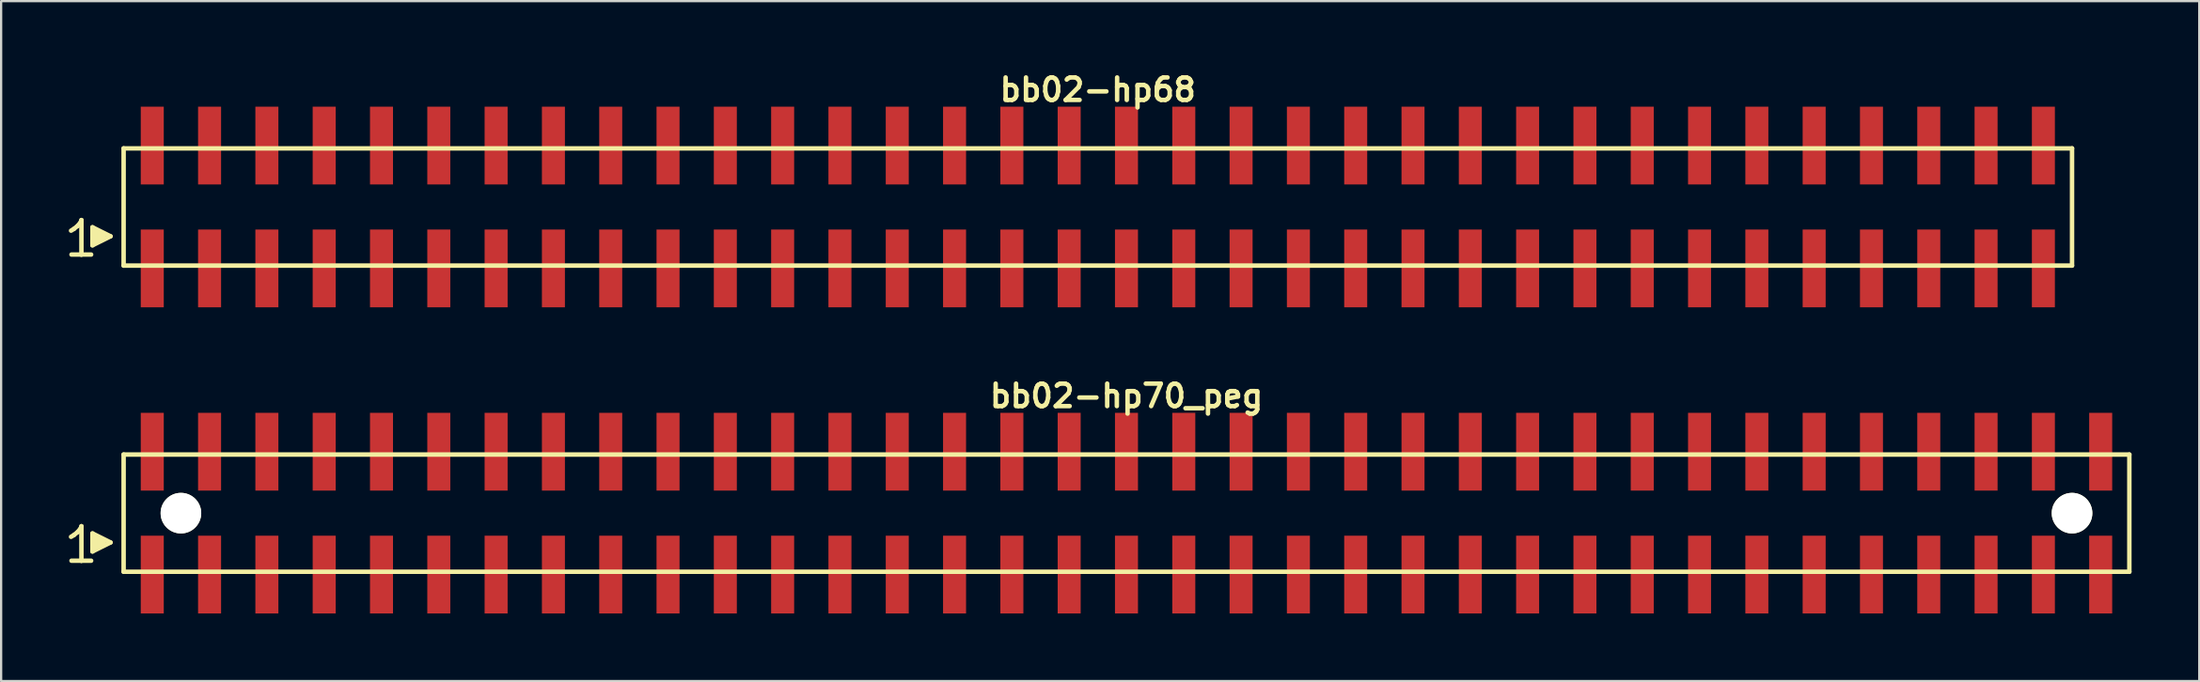
<source format=kicad_pcb>
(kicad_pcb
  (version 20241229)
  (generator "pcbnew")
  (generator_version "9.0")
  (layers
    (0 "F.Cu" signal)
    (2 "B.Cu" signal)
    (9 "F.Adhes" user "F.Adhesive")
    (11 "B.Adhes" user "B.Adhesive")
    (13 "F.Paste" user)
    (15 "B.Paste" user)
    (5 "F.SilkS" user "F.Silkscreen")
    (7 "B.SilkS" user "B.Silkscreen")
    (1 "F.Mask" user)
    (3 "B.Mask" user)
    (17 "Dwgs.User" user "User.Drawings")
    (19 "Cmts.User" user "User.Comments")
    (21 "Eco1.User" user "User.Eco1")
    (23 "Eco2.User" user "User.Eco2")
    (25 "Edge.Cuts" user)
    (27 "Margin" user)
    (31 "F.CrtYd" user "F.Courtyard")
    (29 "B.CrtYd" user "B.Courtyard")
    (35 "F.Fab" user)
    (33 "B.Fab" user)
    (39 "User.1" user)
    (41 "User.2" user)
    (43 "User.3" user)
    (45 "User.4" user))
  (footprint "bb02-hp68"
    (layer "F.Cu")
    (at 45.609 6.132)
    (property "Reference" "bb02-hp68" (at 0 -5.2 0) (layer "F.SilkS") (effects (font (size 0.998 0.998) (thickness 0.198))))
    (attr through_hole)
    (fp_line (start -45.51 1.05) (end -45.38 0.97) (stroke (width 0.198) (type solid)) (layer "F.SilkS"))
    (fp_line (start -45.38 0.97) (end -45.22 0.84) (stroke (width 0.198) (type solid)) (layer "F.SilkS"))
    (fp_line (start -45.22 0.84) (end -45.08 0.67) (stroke (width 0.198) (type solid)) (layer "F.SilkS"))
    (fp_line (start -45.08 0.67) (end -45.05 0.58) (stroke (width 0.198) (type solid)) (layer "F.SilkS"))
    (fp_line (start -45.05 0.58) (end -45.05 2.11) (stroke (width 0.198) (type solid)) (layer "F.SilkS"))
    (fp_line (start -45.05 2.11) (end -45.49 2.11) (stroke (width 0.198) (type solid)) (layer "F.SilkS"))
    (fp_line (start -44.62 2.11) (end -45.06 2.11) (stroke (width 0.198) (type solid)) (layer "F.SilkS"))
    (fp_line (start -44.56 0.9) (end -43.76 1.3) (stroke (width 0.198) (type solid)) (layer "F.SilkS"))
    (fp_line (start -44.56 1.7) (end -44.56 0.9) (stroke (width 0.198) (type solid)) (layer "F.SilkS"))
    (fp_line (start -44.46 1.6) (end -44.46 1) (stroke (width 0.198) (type solid)) (layer "F.SilkS"))
    (fp_line (start -44.36 1.1) (end -44.36 1.5) (stroke (width 0.198) (type solid)) (layer "F.SilkS"))
    (fp_line (start -44.26 1.5) (end -44.26 1.1) (stroke (width 0.198) (type solid)) (layer "F.SilkS"))
    (fp_line (start -44.16 1.2) (end -44.16 1.4) (stroke (width 0.198) (type solid)) (layer "F.SilkS"))
    (fp_line (start -44.06 1.4) (end -44.06 1.2) (stroke (width 0.198) (type solid)) (layer "F.SilkS"))
    (fp_line (start -43.76 1.3) (end -44.56 1.7) (stroke (width 0.198) (type solid)) (layer "F.SilkS"))
    (fp_line (start -43.18 -2.6) (end -43.18 2.6) (stroke (width 0.198) (type solid)) (layer "F.SilkS"))
    (fp_line (start -43.18 -2.6) (end 43.18 -2.6) (stroke (width 0.198) (type solid)) (layer "F.SilkS"))
    (fp_line (start 43.18 2.6) (end -43.18 2.6) (stroke (width 0.198) (type solid)) (layer "F.SilkS"))
    (fp_line (start 43.18 2.6) (end 43.18 -2.6) (stroke (width 0.198) (type solid)) (layer "F.SilkS"))
    (pad "1" smd rect (at -41.91 2.725) (size 1.02 3.45) (layers "F.Cu" "F.Mask" "F.Paste"))
    (pad "2" smd rect (at -41.91 -2.725) (size 1.02 3.45) (layers "F.Cu" "F.Mask" "F.Paste"))
    (pad "3" smd rect (at -39.37 2.725) (size 1.02 3.45) (layers "F.Cu" "F.Mask" "F.Paste"))
    (pad "4" smd rect (at -39.37 -2.725) (size 1.02 3.45) (layers "F.Cu" "F.Mask" "F.Paste"))
    (pad "5" smd rect (at -36.83 2.725) (size 1.02 3.45) (layers "F.Cu" "F.Mask" "F.Paste"))
    (pad "6" smd rect (at -36.83 -2.725) (size 1.02 3.45) (layers "F.Cu" "F.Mask" "F.Paste"))
    (pad "7" smd rect (at -34.29 2.725) (size 1.02 3.45) (layers "F.Cu" "F.Mask" "F.Paste"))
    (pad "8" smd rect (at -34.29 -2.725) (size 1.02 3.45) (layers "F.Cu" "F.Mask" "F.Paste"))
    (pad "9" smd rect (at -31.75 2.725) (size 1.02 3.45) (layers "F.Cu" "F.Mask" "F.Paste"))
    (pad "10" smd rect (at -31.75 -2.725) (size 1.02 3.45) (layers "F.Cu" "F.Mask" "F.Paste"))
    (pad "11" smd rect (at -29.21 2.725) (size 1.02 3.45) (layers "F.Cu" "F.Mask" "F.Paste"))
    (pad "12" smd rect (at -29.21 -2.725) (size 1.02 3.45) (layers "F.Cu" "F.Mask" "F.Paste"))
    (pad "13" smd rect (at -26.67 2.725) (size 1.02 3.45) (layers "F.Cu" "F.Mask" "F.Paste"))
    (pad "14" smd rect (at -26.67 -2.725) (size 1.02 3.45) (layers "F.Cu" "F.Mask" "F.Paste"))
    (pad "15" smd rect (at -24.13 2.725) (size 1.02 3.45) (layers "F.Cu" "F.Mask" "F.Paste"))
    (pad "16" smd rect (at -24.13 -2.725) (size 1.02 3.45) (layers "F.Cu" "F.Mask" "F.Paste"))
    (pad "17" smd rect (at -21.59 2.725) (size 1.02 3.45) (layers "F.Cu" "F.Mask" "F.Paste"))
    (pad "18" smd rect (at -21.59 -2.725) (size 1.02 3.45) (layers "F.Cu" "F.Mask" "F.Paste"))
    (pad "19" smd rect (at -19.05 2.725) (size 1.02 3.45) (layers "F.Cu" "F.Mask" "F.Paste"))
    (pad "20" smd rect (at -19.05 -2.725) (size 1.02 3.45) (layers "F.Cu" "F.Mask" "F.Paste"))
    (pad "21" smd rect (at -16.51 2.725) (size 1.02 3.45) (layers "F.Cu" "F.Mask" "F.Paste"))
    (pad "22" smd rect (at -16.51 -2.725) (size 1.02 3.45) (layers "F.Cu" "F.Mask" "F.Paste"))
    (pad "23" smd rect (at -13.97 2.725) (size 1.02 3.45) (layers "F.Cu" "F.Mask" "F.Paste"))
    (pad "24" smd rect (at -13.97 -2.725) (size 1.02 3.45) (layers "F.Cu" "F.Mask" "F.Paste"))
    (pad "25" smd rect (at -11.43 2.725) (size 1.02 3.45) (layers "F.Cu" "F.Mask" "F.Paste"))
    (pad "26" smd rect (at -11.43 -2.725) (size 1.02 3.45) (layers "F.Cu" "F.Mask" "F.Paste"))
    (pad "27" smd rect (at -8.89 2.725) (size 1.02 3.45) (layers "F.Cu" "F.Mask" "F.Paste"))
    (pad "28" smd rect (at -8.89 -2.725) (size 1.02 3.45) (layers "F.Cu" "F.Mask" "F.Paste"))
    (pad "29" smd rect (at -6.35 2.725) (size 1.02 3.45) (layers "F.Cu" "F.Mask" "F.Paste"))
    (pad "30" smd rect (at -6.35 -2.725) (size 1.02 3.45) (layers "F.Cu" "F.Mask" "F.Paste"))
    (pad "31" smd rect (at -3.81 2.725) (size 1.02 3.45) (layers "F.Cu" "F.Mask" "F.Paste"))
    (pad "32" smd rect (at -3.81 -2.725) (size 1.02 3.45) (layers "F.Cu" "F.Mask" "F.Paste"))
    (pad "33" smd rect (at -1.27 2.725) (size 1.02 3.45) (layers "F.Cu" "F.Mask" "F.Paste"))
    (pad "34" smd rect (at -1.27 -2.725) (size 1.02 3.45) (layers "F.Cu" "F.Mask" "F.Paste"))
    (pad "35" smd rect (at 1.27 2.725) (size 1.02 3.45) (layers "F.Cu" "F.Mask" "F.Paste"))
    (pad "36" smd rect (at 1.27 -2.725) (size 1.02 3.45) (layers "F.Cu" "F.Mask" "F.Paste"))
    (pad "37" smd rect (at 3.81 2.725) (size 1.02 3.45) (layers "F.Cu" "F.Mask" "F.Paste"))
    (pad "38" smd rect (at 3.81 -2.725) (size 1.02 3.45) (layers "F.Cu" "F.Mask" "F.Paste"))
    (pad "39" smd rect (at 6.35 2.725) (size 1.02 3.45) (layers "F.Cu" "F.Mask" "F.Paste"))
    (pad "40" smd rect (at 6.35 -2.725) (size 1.02 3.45) (layers "F.Cu" "F.Mask" "F.Paste"))
    (pad "41" smd rect (at 8.89 2.725) (size 1.02 3.45) (layers "F.Cu" "F.Mask" "F.Paste"))
    (pad "42" smd rect (at 8.89 -2.725) (size 1.02 3.45) (layers "F.Cu" "F.Mask" "F.Paste"))
    (pad "43" smd rect (at 11.43 2.725) (size 1.02 3.45) (layers "F.Cu" "F.Mask" "F.Paste"))
    (pad "44" smd rect (at 11.43 -2.725) (size 1.02 3.45) (layers "F.Cu" "F.Mask" "F.Paste"))
    (pad "45" smd rect (at 13.97 2.725) (size 1.02 3.45) (layers "F.Cu" "F.Mask" "F.Paste"))
    (pad "46" smd rect (at 13.97 -2.725) (size 1.02 3.45) (layers "F.Cu" "F.Mask" "F.Paste"))
    (pad "47" smd rect (at 16.51 2.725) (size 1.02 3.45) (layers "F.Cu" "F.Mask" "F.Paste"))
    (pad "48" smd rect (at 16.51 -2.725) (size 1.02 3.45) (layers "F.Cu" "F.Mask" "F.Paste"))
    (pad "49" smd rect (at 19.05 2.725) (size 1.02 3.45) (layers "F.Cu" "F.Mask" "F.Paste"))
    (pad "50" smd rect (at 19.05 -2.725) (size 1.02 3.45) (layers "F.Cu" "F.Mask" "F.Paste"))
    (pad "51" smd rect (at 21.59 2.725) (size 1.02 3.45) (layers "F.Cu" "F.Mask" "F.Paste"))
    (pad "52" smd rect (at 21.59 -2.725) (size 1.02 3.45) (layers "F.Cu" "F.Mask" "F.Paste"))
    (pad "53" smd rect (at 24.13 2.725) (size 1.02 3.45) (layers "F.Cu" "F.Mask" "F.Paste"))
    (pad "54" smd rect (at 24.13 -2.725) (size 1.02 3.45) (layers "F.Cu" "F.Mask" "F.Paste"))
    (pad "55" smd rect (at 26.67 2.725) (size 1.02 3.45) (layers "F.Cu" "F.Mask" "F.Paste"))
    (pad "56" smd rect (at 26.67 -2.725) (size 1.02 3.45) (layers "F.Cu" "F.Mask" "F.Paste"))
    (pad "57" smd rect (at 29.21 2.725) (size 1.02 3.45) (layers "F.Cu" "F.Mask" "F.Paste"))
    (pad "58" smd rect (at 29.21 -2.725) (size 1.02 3.45) (layers "F.Cu" "F.Mask" "F.Paste"))
    (pad "59" smd rect (at 31.75 2.725) (size 1.02 3.45) (layers "F.Cu" "F.Mask" "F.Paste"))
    (pad "60" smd rect (at 31.75 -2.725) (size 1.02 3.45) (layers "F.Cu" "F.Mask" "F.Paste"))
    (pad "61" smd rect (at 34.29 2.725) (size 1.02 3.45) (layers "F.Cu" "F.Mask" "F.Paste"))
    (pad "62" smd rect (at 34.29 -2.725) (size 1.02 3.45) (layers "F.Cu" "F.Mask" "F.Paste"))
    (pad "63" smd rect (at 36.83 2.725) (size 1.02 3.45) (layers "F.Cu" "F.Mask" "F.Paste"))
    (pad "64" smd rect (at 36.83 -2.725) (size 1.02 3.45) (layers "F.Cu" "F.Mask" "F.Paste"))
    (pad "65" smd rect (at 39.37 2.725) (size 1.02 3.45) (layers "F.Cu" "F.Mask" "F.Paste"))
    (pad "66" smd rect (at 39.37 -2.725) (size 1.02 3.45) (layers "F.Cu" "F.Mask" "F.Paste"))
    (pad "67" smd rect (at 41.91 2.725) (size 1.02 3.45) (layers "F.Cu" "F.Mask" "F.Paste"))
    (pad "68" smd rect (at 41.91 -2.725) (size 1.02 3.45) (layers "F.Cu" "F.Mask" "F.Paste")))
  (footprint "bb02-hp70_peg"
    (layer "F.Cu")
    (at 46.879 19.713)
    (property "Reference" "bb02-hp70_peg" (at 0 -5.2 0) (layer "F.SilkS") (effects (font (size 0.998 0.998) (thickness 0.198))))
    (attr through_hole)
    (fp_line (start -46.78 1.05) (end -46.65 0.97) (stroke (width 0.198) (type solid)) (layer "F.SilkS"))
    (fp_line (start -46.65 0.97) (end -46.49 0.84) (stroke (width 0.198) (type solid)) (layer "F.SilkS"))
    (fp_line (start -46.49 0.84) (end -46.35 0.67) (stroke (width 0.198) (type solid)) (layer "F.SilkS"))
    (fp_line (start -46.35 0.67) (end -46.32 0.58) (stroke (width 0.198) (type solid)) (layer "F.SilkS"))
    (fp_line (start -46.32 0.58) (end -46.32 2.11) (stroke (width 0.198) (type solid)) (layer "F.SilkS"))
    (fp_line (start -46.32 2.11) (end -46.76 2.11) (stroke (width 0.198) (type solid)) (layer "F.SilkS"))
    (fp_line (start -45.89 2.11) (end -46.33 2.11) (stroke (width 0.198) (type solid)) (layer "F.SilkS"))
    (fp_line (start -45.83 0.9) (end -45.03 1.3) (stroke (width 0.198) (type solid)) (layer "F.SilkS"))
    (fp_line (start -45.83 1.7) (end -45.83 0.9) (stroke (width 0.198) (type solid)) (layer "F.SilkS"))
    (fp_line (start -45.73 1.6) (end -45.73 1) (stroke (width 0.198) (type solid)) (layer "F.SilkS"))
    (fp_line (start -45.63 1.1) (end -45.63 1.5) (stroke (width 0.198) (type solid)) (layer "F.SilkS"))
    (fp_line (start -45.53 1.5) (end -45.53 1.1) (stroke (width 0.198) (type solid)) (layer "F.SilkS"))
    (fp_line (start -45.43 1.2) (end -45.43 1.4) (stroke (width 0.198) (type solid)) (layer "F.SilkS"))
    (fp_line (start -45.33 1.4) (end -45.33 1.2) (stroke (width 0.198) (type solid)) (layer "F.SilkS"))
    (fp_line (start -45.03 1.3) (end -45.83 1.7) (stroke (width 0.198) (type solid)) (layer "F.SilkS"))
    (fp_line (start -44.45 -2.6) (end -44.45 2.6) (stroke (width 0.198) (type solid)) (layer "F.SilkS"))
    (fp_line (start -44.45 -2.6) (end 44.45 -2.6) (stroke (width 0.198) (type solid)) (layer "F.SilkS"))
    (fp_line (start 44.45 2.6) (end -44.45 2.6) (stroke (width 0.198) (type solid)) (layer "F.SilkS"))
    (fp_line (start 44.45 2.6) (end 44.45 -2.6) (stroke (width 0.198) (type solid)) (layer "F.SilkS"))
    (pad "" np_thru_hole circle (at -41.91 0) (size 1.8 1.8) (drill 1.8) (layers "*.Cu" "*.Mask" "F.SilkS"))
    (pad "" np_thru_hole circle (at 41.91 0) (size 1.8 1.8) (drill 1.8) (layers "*.Cu" "*.Mask" "F.SilkS"))
    (pad "1" smd rect (at -43.18 2.725) (size 1.02 3.45) (layers "F.Cu" "F.Mask" "F.Paste"))
    (pad "2" smd rect (at -43.18 -2.725) (size 1.02 3.45) (layers "F.Cu" "F.Mask" "F.Paste"))
    (pad "3" smd rect (at -40.64 2.725) (size 1.02 3.45) (layers "F.Cu" "F.Mask" "F.Paste"))
    (pad "4" smd rect (at -40.64 -2.725) (size 1.02 3.45) (layers "F.Cu" "F.Mask" "F.Paste"))
    (pad "5" smd rect (at -38.1 2.725) (size 1.02 3.45) (layers "F.Cu" "F.Mask" "F.Paste"))
    (pad "6" smd rect (at -38.1 -2.725) (size 1.02 3.45) (layers "F.Cu" "F.Mask" "F.Paste"))
    (pad "7" smd rect (at -35.56 2.725) (size 1.02 3.45) (layers "F.Cu" "F.Mask" "F.Paste"))
    (pad "8" smd rect (at -35.56 -2.725) (size 1.02 3.45) (layers "F.Cu" "F.Mask" "F.Paste"))
    (pad "9" smd rect (at -33.02 2.725) (size 1.02 3.45) (layers "F.Cu" "F.Mask" "F.Paste"))
    (pad "10" smd rect (at -33.02 -2.725) (size 1.02 3.45) (layers "F.Cu" "F.Mask" "F.Paste"))
    (pad "11" smd rect (at -30.48 2.725) (size 1.02 3.45) (layers "F.Cu" "F.Mask" "F.Paste"))
    (pad "12" smd rect (at -30.48 -2.725) (size 1.02 3.45) (layers "F.Cu" "F.Mask" "F.Paste"))
    (pad "13" smd rect (at -27.94 2.725) (size 1.02 3.45) (layers "F.Cu" "F.Mask" "F.Paste"))
    (pad "14" smd rect (at -27.94 -2.725) (size 1.02 3.45) (layers "F.Cu" "F.Mask" "F.Paste"))
    (pad "15" smd rect (at -25.4 2.725) (size 1.02 3.45) (layers "F.Cu" "F.Mask" "F.Paste"))
    (pad "16" smd rect (at -25.4 -2.725) (size 1.02 3.45) (layers "F.Cu" "F.Mask" "F.Paste"))
    (pad "17" smd rect (at -22.86 2.725) (size 1.02 3.45) (layers "F.Cu" "F.Mask" "F.Paste"))
    (pad "18" smd rect (at -22.86 -2.725) (size 1.02 3.45) (layers "F.Cu" "F.Mask" "F.Paste"))
    (pad "19" smd rect (at -20.32 2.725) (size 1.02 3.45) (layers "F.Cu" "F.Mask" "F.Paste"))
    (pad "20" smd rect (at -20.32 -2.725) (size 1.02 3.45) (layers "F.Cu" "F.Mask" "F.Paste"))
    (pad "21" smd rect (at -17.78 2.725) (size 1.02 3.45) (layers "F.Cu" "F.Mask" "F.Paste"))
    (pad "22" smd rect (at -17.78 -2.725) (size 1.02 3.45) (layers "F.Cu" "F.Mask" "F.Paste"))
    (pad "23" smd rect (at -15.24 2.725) (size 1.02 3.45) (layers "F.Cu" "F.Mask" "F.Paste"))
    (pad "24" smd rect (at -15.24 -2.725) (size 1.02 3.45) (layers "F.Cu" "F.Mask" "F.Paste"))
    (pad "25" smd rect (at -12.7 2.725) (size 1.02 3.45) (layers "F.Cu" "F.Mask" "F.Paste"))
    (pad "26" smd rect (at -12.7 -2.725) (size 1.02 3.45) (layers "F.Cu" "F.Mask" "F.Paste"))
    (pad "27" smd rect (at -10.16 2.725) (size 1.02 3.45) (layers "F.Cu" "F.Mask" "F.Paste"))
    (pad "28" smd rect (at -10.16 -2.725) (size 1.02 3.45) (layers "F.Cu" "F.Mask" "F.Paste"))
    (pad "29" smd rect (at -7.62 2.725) (size 1.02 3.45) (layers "F.Cu" "F.Mask" "F.Paste"))
    (pad "30" smd rect (at -7.62 -2.725) (size 1.02 3.45) (layers "F.Cu" "F.Mask" "F.Paste"))
    (pad "31" smd rect (at -5.08 2.725) (size 1.02 3.45) (layers "F.Cu" "F.Mask" "F.Paste"))
    (pad "32" smd rect (at -5.08 -2.725) (size 1.02 3.45) (layers "F.Cu" "F.Mask" "F.Paste"))
    (pad "33" smd rect (at -2.54 2.725) (size 1.02 3.45) (layers "F.Cu" "F.Mask" "F.Paste"))
    (pad "34" smd rect (at -2.54 -2.725) (size 1.02 3.45) (layers "F.Cu" "F.Mask" "F.Paste"))
    (pad "35" smd rect (at 0 2.725) (size 1.02 3.45) (layers "F.Cu" "F.Mask" "F.Paste"))
    (pad "36" smd rect (at 0 -2.725) (size 1.02 3.45) (layers "F.Cu" "F.Mask" "F.Paste"))
    (pad "37" smd rect (at 2.54 2.725) (size 1.02 3.45) (layers "F.Cu" "F.Mask" "F.Paste"))
    (pad "38" smd rect (at 2.54 -2.725) (size 1.02 3.45) (layers "F.Cu" "F.Mask" "F.Paste"))
    (pad "39" smd rect (at 5.08 2.725) (size 1.02 3.45) (layers "F.Cu" "F.Mask" "F.Paste"))
    (pad "40" smd rect (at 5.08 -2.725) (size 1.02 3.45) (layers "F.Cu" "F.Mask" "F.Paste"))
    (pad "41" smd rect (at 7.62 2.725) (size 1.02 3.45) (layers "F.Cu" "F.Mask" "F.Paste"))
    (pad "42" smd rect (at 7.62 -2.725) (size 1.02 3.45) (layers "F.Cu" "F.Mask" "F.Paste"))
    (pad "43" smd rect (at 10.16 2.725) (size 1.02 3.45) (layers "F.Cu" "F.Mask" "F.Paste"))
    (pad "44" smd rect (at 10.16 -2.725) (size 1.02 3.45) (layers "F.Cu" "F.Mask" "F.Paste"))
    (pad "45" smd rect (at 12.7 2.725) (size 1.02 3.45) (layers "F.Cu" "F.Mask" "F.Paste"))
    (pad "46" smd rect (at 12.7 -2.725) (size 1.02 3.45) (layers "F.Cu" "F.Mask" "F.Paste"))
    (pad "47" smd rect (at 15.24 2.725) (size 1.02 3.45) (layers "F.Cu" "F.Mask" "F.Paste"))
    (pad "48" smd rect (at 15.24 -2.725) (size 1.02 3.45) (layers "F.Cu" "F.Mask" "F.Paste"))
    (pad "49" smd rect (at 17.78 2.725) (size 1.02 3.45) (layers "F.Cu" "F.Mask" "F.Paste"))
    (pad "50" smd rect (at 17.78 -2.725) (size 1.02 3.45) (layers "F.Cu" "F.Mask" "F.Paste"))
    (pad "51" smd rect (at 20.32 2.725) (size 1.02 3.45) (layers "F.Cu" "F.Mask" "F.Paste"))
    (pad "52" smd rect (at 20.32 -2.725) (size 1.02 3.45) (layers "F.Cu" "F.Mask" "F.Paste"))
    (pad "53" smd rect (at 22.86 2.725) (size 1.02 3.45) (layers "F.Cu" "F.Mask" "F.Paste"))
    (pad "54" smd rect (at 22.86 -2.725) (size 1.02 3.45) (layers "F.Cu" "F.Mask" "F.Paste"))
    (pad "55" smd rect (at 25.4 2.725) (size 1.02 3.45) (layers "F.Cu" "F.Mask" "F.Paste"))
    (pad "56" smd rect (at 25.4 -2.725) (size 1.02 3.45) (layers "F.Cu" "F.Mask" "F.Paste"))
    (pad "57" smd rect (at 27.94 2.725) (size 1.02 3.45) (layers "F.Cu" "F.Mask" "F.Paste"))
    (pad "58" smd rect (at 27.94 -2.725) (size 1.02 3.45) (layers "F.Cu" "F.Mask" "F.Paste"))
    (pad "59" smd rect (at 30.48 2.725) (size 1.02 3.45) (layers "F.Cu" "F.Mask" "F.Paste"))
    (pad "60" smd rect (at 30.48 -2.725) (size 1.02 3.45) (layers "F.Cu" "F.Mask" "F.Paste"))
    (pad "61" smd rect (at 33.02 2.725) (size 1.02 3.45) (layers "F.Cu" "F.Mask" "F.Paste"))
    (pad "62" smd rect (at 33.02 -2.725) (size 1.02 3.45) (layers "F.Cu" "F.Mask" "F.Paste"))
    (pad "63" smd rect (at 35.56 2.725) (size 1.02 3.45) (layers "F.Cu" "F.Mask" "F.Paste"))
    (pad "64" smd rect (at 35.56 -2.725) (size 1.02 3.45) (layers "F.Cu" "F.Mask" "F.Paste"))
    (pad "65" smd rect (at 38.1 2.725) (size 1.02 3.45) (layers "F.Cu" "F.Mask" "F.Paste"))
    (pad "66" smd rect (at 38.1 -2.725) (size 1.02 3.45) (layers "F.Cu" "F.Mask" "F.Paste"))
    (pad "67" smd rect (at 40.64 2.725) (size 1.02 3.45) (layers "F.Cu" "F.Mask" "F.Paste"))
    (pad "68" smd rect (at 40.64 -2.725) (size 1.02 3.45) (layers "F.Cu" "F.Mask" "F.Paste"))
    (pad "69" smd rect (at 43.18 2.725) (size 1.02 3.45) (layers "F.Cu" "F.Mask" "F.Paste"))
    (pad "70" smd rect (at 43.18 -2.725) (size 1.02 3.45) (layers "F.Cu" "F.Mask" "F.Paste")))
  (gr_rect
    (start -3 -3)
    (end 94.428 27.163)
    (stroke (width 0.1) (type default))
    (fill no)
    (layer "Edge.Cuts")))
</source>
